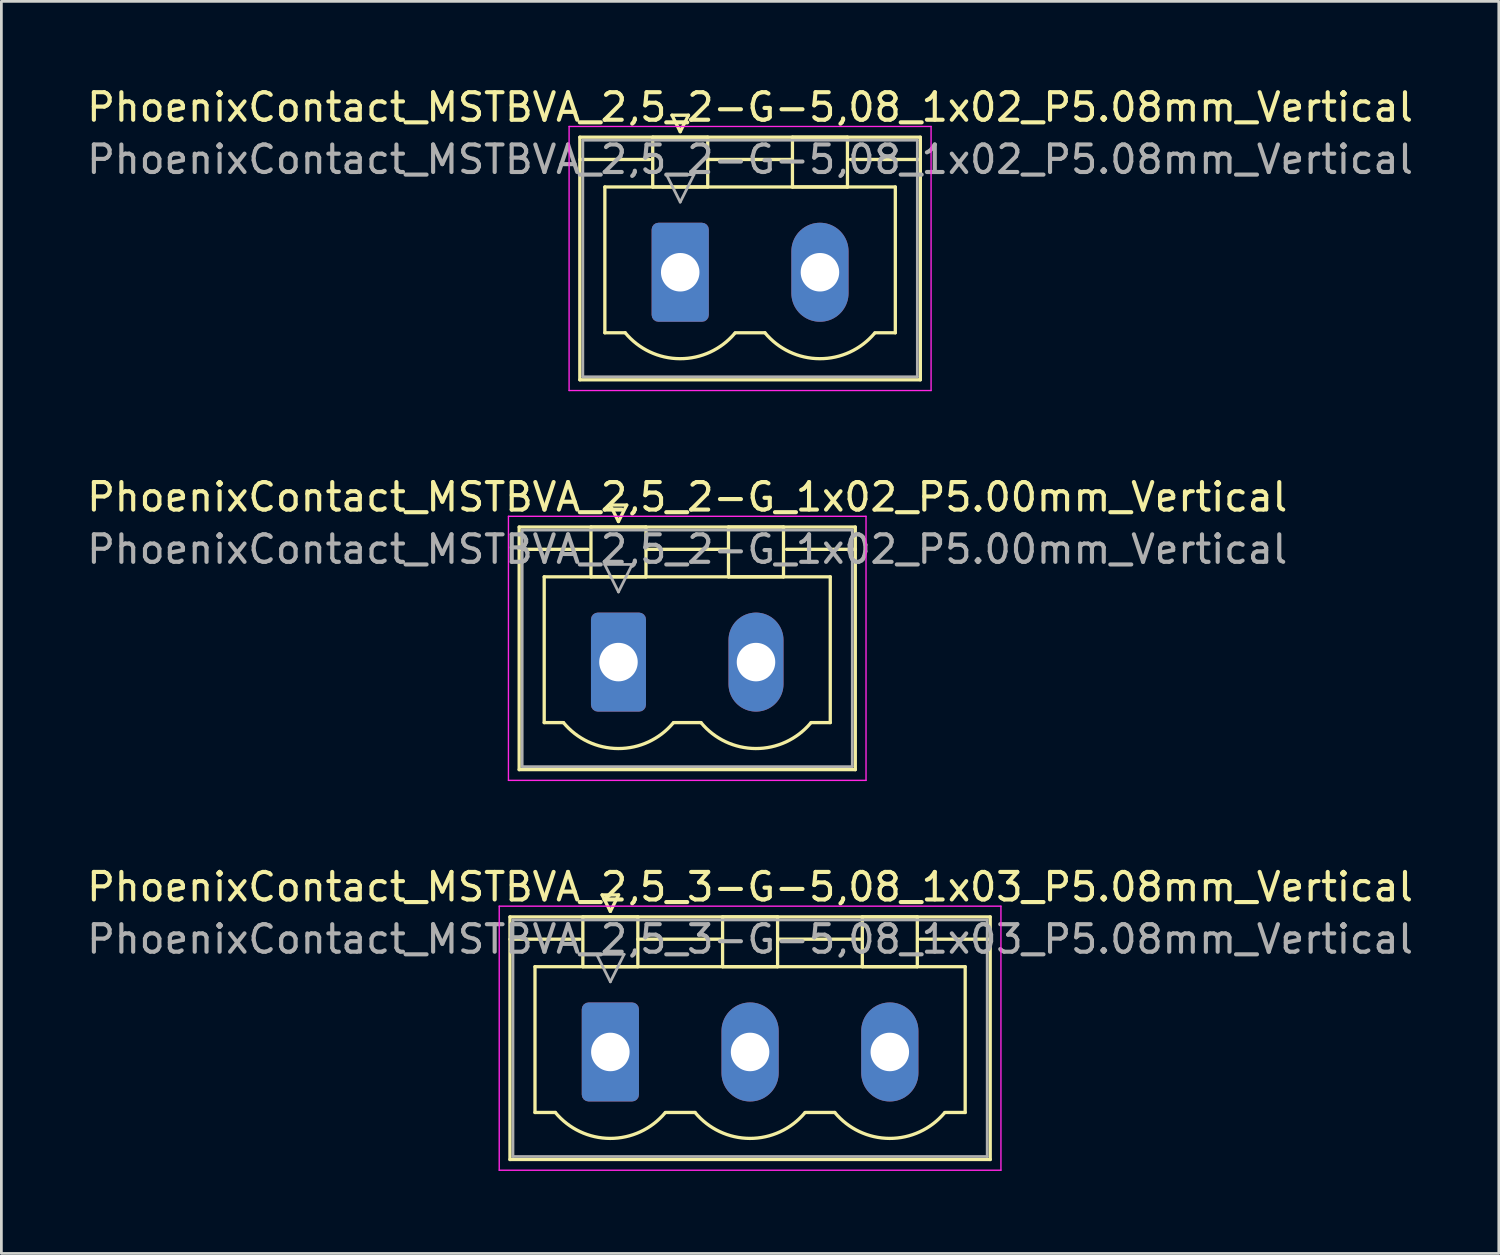
<source format=kicad_pcb>
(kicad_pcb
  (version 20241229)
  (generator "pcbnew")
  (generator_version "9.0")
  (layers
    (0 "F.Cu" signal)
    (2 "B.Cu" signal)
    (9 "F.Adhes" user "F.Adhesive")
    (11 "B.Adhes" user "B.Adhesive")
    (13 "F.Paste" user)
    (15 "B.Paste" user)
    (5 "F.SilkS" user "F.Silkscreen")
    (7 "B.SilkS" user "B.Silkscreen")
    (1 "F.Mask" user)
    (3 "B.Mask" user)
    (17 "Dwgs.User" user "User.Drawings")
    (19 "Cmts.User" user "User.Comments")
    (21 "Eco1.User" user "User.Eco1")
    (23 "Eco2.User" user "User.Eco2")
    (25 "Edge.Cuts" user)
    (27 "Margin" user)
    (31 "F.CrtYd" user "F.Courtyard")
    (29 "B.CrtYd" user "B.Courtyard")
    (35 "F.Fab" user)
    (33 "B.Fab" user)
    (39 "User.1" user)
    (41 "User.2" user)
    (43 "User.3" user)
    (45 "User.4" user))
  (footprint "PhoenixContact_MSTBVA_2,5_2-G_1x02_P5.00mm_Vertical"
    (layer "F.Cu")
    (at 19.435 21.021)
    (property "Reference" "PhoenixContact_MSTBVA_2,5_2-G_1x02_P5.00mm_Vertical" (at 2.5 -6 0) (layer "F.SilkS") (effects (font (size 1 1) (thickness 0.15))))
    (attr through_hole)
    (fp_line (start -3.61 -4.91) (end -3.61 3.91) (stroke (width 0.12) (type solid)) (layer "F.SilkS"))
    (fp_line (start -3.61 -4.1) (end -1.11 -4.1) (stroke (width 0.12) (type solid)) (layer "F.SilkS"))
    (fp_line (start -3.61 3.91) (end 8.61 3.91) (stroke (width 0.12) (type solid)) (layer "F.SilkS"))
    (fp_line (start -2.7 -3.1) (end 7.7 -3.1) (stroke (width 0.12) (type solid)) (layer "F.SilkS"))
    (fp_line (start -2.7 2.2) (end -2.7 -3.1) (stroke (width 0.12) (type solid)) (layer "F.SilkS"))
    (fp_line (start -2 2.2) (end -2.7 2.2) (stroke (width 0.12) (type solid)) (layer "F.SilkS"))
    (fp_line (start -1 -4.91) (end 1 -4.91) (stroke (width 0.12) (type solid)) (layer "F.SilkS"))
    (fp_line (start -1 -3.1) (end -1 -4.91) (stroke (width 0.12) (type solid)) (layer "F.SilkS"))
    (fp_line (start -0.3 -5.71) (end 0.3 -5.71) (stroke (width 0.12) (type solid)) (layer "F.SilkS"))
    (fp_line (start 0 -5.11) (end -0.3 -5.71) (stroke (width 0.12) (type solid)) (layer "F.SilkS"))
    (fp_line (start 0.3 -5.71) (end 0 -5.11) (stroke (width 0.12) (type solid)) (layer "F.SilkS"))
    (fp_line (start 1 -4.91) (end 1 -3.1) (stroke (width 0.12) (type solid)) (layer "F.SilkS"))
    (fp_line (start 1 -4.1) (end 4 -4.1) (stroke (width 0.12) (type solid)) (layer "F.SilkS"))
    (fp_line (start 1 -3.1) (end -1 -3.1) (stroke (width 0.12) (type solid)) (layer "F.SilkS"))
    (fp_line (start 2 2.2) (end 3 2.2) (stroke (width 0.12) (type solid)) (layer "F.SilkS"))
    (fp_line (start 4 -4.91) (end 6 -4.91) (stroke (width 0.12) (type solid)) (layer "F.SilkS"))
    (fp_line (start 4 -3.1) (end 4 -4.91) (stroke (width 0.12) (type solid)) (layer "F.SilkS"))
    (fp_line (start 6 -4.91) (end 6 -3.1) (stroke (width 0.12) (type solid)) (layer "F.SilkS"))
    (fp_line (start 6 -3.1) (end 4 -3.1) (stroke (width 0.12) (type solid)) (layer "F.SilkS"))
    (fp_line (start 7.7 -3.1) (end 7.7 2.2) (stroke (width 0.12) (type solid)) (layer "F.SilkS"))
    (fp_line (start 7.7 2.2) (end 7 2.2) (stroke (width 0.12) (type solid)) (layer "F.SilkS"))
    (fp_line (start 8.61 -4.91) (end -3.61 -4.91) (stroke (width 0.12) (type solid)) (layer "F.SilkS"))
    (fp_line (start 8.61 -4.1) (end 6.11 -4.1) (stroke (width 0.12) (type solid)) (layer "F.SilkS"))
    (fp_line (start 8.61 3.91) (end 8.61 -4.91) (stroke (width 0.12) (type solid)) (layer "F.SilkS"))
    (fp_arc (start 1.986842 2.215821) (mid -0.010289 3.142758) (end -2 2.2) (stroke (width 0.12) (type solid)) (layer "F.SilkS"))
    (fp_arc (start 6.986842 2.215821) (mid 4.989711 3.142758) (end 3 2.2) (stroke (width 0.12) (type solid)) (layer "F.SilkS"))
    (fp_line (start -4 -5.3) (end -4 4.3) (stroke (width 0.05) (type solid)) (layer "F.CrtYd"))
    (fp_line (start -4 4.3) (end 9 4.3) (stroke (width 0.05) (type solid)) (layer "F.CrtYd"))
    (fp_line (start 9 -5.3) (end -4 -5.3) (stroke (width 0.05) (type solid)) (layer "F.CrtYd"))
    (fp_line (start 9 4.3) (end 9 -5.3) (stroke (width 0.05) (type solid)) (layer "F.CrtYd"))
    (fp_line (start -3.5 -4.8) (end -3.5 3.8) (stroke (width 0.1) (type solid)) (layer "F.Fab"))
    (fp_line (start -3.5 3.8) (end 8.5 3.8) (stroke (width 0.1) (type solid)) (layer "F.Fab"))
    (fp_line (start -0.5 -3.55) (end 0.5 -3.55) (stroke (width 0.1) (type solid)) (layer "F.Fab"))
    (fp_line (start 0 -2.55) (end -0.5 -3.55) (stroke (width 0.1) (type solid)) (layer "F.Fab"))
    (fp_line (start 0.5 -3.55) (end 0 -2.55) (stroke (width 0.1) (type solid)) (layer "F.Fab"))
    (fp_line (start 8.5 -4.8) (end -3.5 -4.8) (stroke (width 0.1) (type solid)) (layer "F.Fab"))
    (fp_line (start 8.5 3.8) (end 8.5 -4.8) (stroke (width 0.1) (type solid)) (layer "F.Fab"))
    (fp_text user "${REFERENCE}" (at 2.5 -4.1 0) (layer "F.Fab") (effects (font (size 1 1) (thickness 0.15))))
    (pad "1" thru_hole roundrect (at 0 0) (size 2 3.6) (drill 1.4) (layers "*.Cu" "*.Mask") (roundrect_rratio 0.125))
    (pad "2" thru_hole oval (at 5 0) (size 2 3.6) (drill 1.4) (layers "*.Cu" "*.Mask")))
  (footprint "PhoenixContact_MSTBVA_2,5_3-G-5,08_1x03_P5.08mm_Vertical"
    (layer "F.Cu")
    (at 19.14 35.195)
    (property "Reference" "PhoenixContact_MSTBVA_2,5_3-G-5,08_1x03_P5.08mm_Vertical" (at 5.08 -6 0) (layer "F.SilkS") (effects (font (size 1 1) (thickness 0.15))))
    (attr through_hole)
    (fp_line (start -3.65 -4.91) (end -3.65 3.91) (stroke (width 0.12) (type solid)) (layer "F.SilkS"))
    (fp_line (start -3.65 -4.1) (end -1.11 -4.1) (stroke (width 0.12) (type solid)) (layer "F.SilkS"))
    (fp_line (start -3.65 3.91) (end 13.81 3.91) (stroke (width 0.12) (type solid)) (layer "F.SilkS"))
    (fp_line (start -2.74 -3.1) (end 12.9 -3.1) (stroke (width 0.12) (type solid)) (layer "F.SilkS"))
    (fp_line (start -2.74 2.2) (end -2.74 -3.1) (stroke (width 0.12) (type solid)) (layer "F.SilkS"))
    (fp_line (start -2 2.2) (end -2.74 2.2) (stroke (width 0.12) (type solid)) (layer "F.SilkS"))
    (fp_line (start -1 -4.91) (end 1 -4.91) (stroke (width 0.12) (type solid)) (layer "F.SilkS"))
    (fp_line (start -1 -3.1) (end -1 -4.91) (stroke (width 0.12) (type solid)) (layer "F.SilkS"))
    (fp_line (start -0.3 -5.71) (end 0.3 -5.71) (stroke (width 0.12) (type solid)) (layer "F.SilkS"))
    (fp_line (start 0 -5.11) (end -0.3 -5.71) (stroke (width 0.12) (type solid)) (layer "F.SilkS"))
    (fp_line (start 0.3 -5.71) (end 0 -5.11) (stroke (width 0.12) (type solid)) (layer "F.SilkS"))
    (fp_line (start 1 -4.91) (end 1 -3.1) (stroke (width 0.12) (type solid)) (layer "F.SilkS"))
    (fp_line (start 1 -4.1) (end 4.08 -4.1) (stroke (width 0.12) (type solid)) (layer "F.SilkS"))
    (fp_line (start 1 -3.1) (end -1 -3.1) (stroke (width 0.12) (type solid)) (layer "F.SilkS"))
    (fp_line (start 2 2.2) (end 3.08 2.2) (stroke (width 0.12) (type solid)) (layer "F.SilkS"))
    (fp_line (start 4.08 -4.91) (end 6.08 -4.91) (stroke (width 0.12) (type solid)) (layer "F.SilkS"))
    (fp_line (start 4.08 -3.1) (end 4.08 -4.91) (stroke (width 0.12) (type solid)) (layer "F.SilkS"))
    (fp_line (start 6.08 -4.91) (end 6.08 -3.1) (stroke (width 0.12) (type solid)) (layer "F.SilkS"))
    (fp_line (start 6.08 -4.1) (end 9.16 -4.1) (stroke (width 0.12) (type solid)) (layer "F.SilkS"))
    (fp_line (start 6.08 -3.1) (end 4.08 -3.1) (stroke (width 0.12) (type solid)) (layer "F.SilkS"))
    (fp_line (start 7.08 2.2) (end 8.16 2.2) (stroke (width 0.12) (type solid)) (layer "F.SilkS"))
    (fp_line (start 9.16 -4.91) (end 11.16 -4.91) (stroke (width 0.12) (type solid)) (layer "F.SilkS"))
    (fp_line (start 9.16 -3.1) (end 9.16 -4.91) (stroke (width 0.12) (type solid)) (layer "F.SilkS"))
    (fp_line (start 11.16 -4.91) (end 11.16 -3.1) (stroke (width 0.12) (type solid)) (layer "F.SilkS"))
    (fp_line (start 11.16 -3.1) (end 9.16 -3.1) (stroke (width 0.12) (type solid)) (layer "F.SilkS"))
    (fp_line (start 12.9 -3.1) (end 12.9 2.2) (stroke (width 0.12) (type solid)) (layer "F.SilkS"))
    (fp_line (start 12.9 2.2) (end 12.16 2.2) (stroke (width 0.12) (type solid)) (layer "F.SilkS"))
    (fp_line (start 13.81 -4.91) (end -3.65 -4.91) (stroke (width 0.12) (type solid)) (layer "F.SilkS"))
    (fp_line (start 13.81 -4.1) (end 11.27 -4.1) (stroke (width 0.12) (type solid)) (layer "F.SilkS"))
    (fp_line (start 13.81 3.91) (end 13.81 -4.91) (stroke (width 0.12) (type solid)) (layer "F.SilkS"))
    (fp_arc (start 1.986842 2.215821) (mid -0.010289 3.142758) (end -2 2.2) (stroke (width 0.12) (type solid)) (layer "F.SilkS"))
    (fp_arc (start 7.066842 2.215821) (mid 5.069711 3.142758) (end 3.08 2.2) (stroke (width 0.12) (type solid)) (layer "F.SilkS"))
    (fp_arc (start 12.146842 2.215821) (mid 10.149711 3.142758) (end 8.16 2.2) (stroke (width 0.12) (type solid)) (layer "F.SilkS"))
    (fp_line (start -4.04 -5.3) (end -4.04 4.3) (stroke (width 0.05) (type solid)) (layer "F.CrtYd"))
    (fp_line (start -4.04 4.3) (end 14.2 4.3) (stroke (width 0.05) (type solid)) (layer "F.CrtYd"))
    (fp_line (start 14.2 -5.3) (end -4.04 -5.3) (stroke (width 0.05) (type solid)) (layer "F.CrtYd"))
    (fp_line (start 14.2 4.3) (end 14.2 -5.3) (stroke (width 0.05) (type solid)) (layer "F.CrtYd"))
    (fp_line (start -3.54 -4.8) (end -3.54 3.8) (stroke (width 0.1) (type solid)) (layer "F.Fab"))
    (fp_line (start -3.54 3.8) (end 13.7 3.8) (stroke (width 0.1) (type solid)) (layer "F.Fab"))
    (fp_line (start -0.5 -3.55) (end 0.5 -3.55) (stroke (width 0.1) (type solid)) (layer "F.Fab"))
    (fp_line (start 0 -2.55) (end -0.5 -3.55) (stroke (width 0.1) (type solid)) (layer "F.Fab"))
    (fp_line (start 0.5 -3.55) (end 0 -2.55) (stroke (width 0.1) (type solid)) (layer "F.Fab"))
    (fp_line (start 13.7 -4.8) (end -3.54 -4.8) (stroke (width 0.1) (type solid)) (layer "F.Fab"))
    (fp_line (start 13.7 3.8) (end 13.7 -4.8) (stroke (width 0.1) (type solid)) (layer "F.Fab"))
    (fp_text user "${REFERENCE}" (at 5.08 -4.1 0) (layer "F.Fab") (effects (font (size 1 1) (thickness 0.15))))
    (pad "1" thru_hole roundrect (at 0 0) (size 2.08 3.6) (drill 1.4) (layers "*.Cu" "*.Mask") (roundrect_rratio 0.12))
    (pad "2" thru_hole oval (at 5.08 0) (size 2.08 3.6) (drill 1.4) (layers "*.Cu" "*.Mask"))
    (pad "3" thru_hole oval (at 10.16 0) (size 2.08 3.6) (drill 1.4) (layers "*.Cu" "*.Mask")))
  (footprint "PhoenixContact_MSTBVA_2,5_2-G-5,08_1x02_P5.08mm_Vertical"
    (layer "F.Cu")
    (at 21.68 6.848)
    (property "Reference" "PhoenixContact_MSTBVA_2,5_2-G-5,08_1x02_P5.08mm_Vertical" (at 2.54 -6 0) (layer "F.SilkS") (effects (font (size 1 1) (thickness 0.15))))
    (attr through_hole)
    (fp_line (start -3.65 -4.91) (end -3.65 3.91) (stroke (width 0.12) (type solid)) (layer "F.SilkS"))
    (fp_line (start -3.65 -4.1) (end -1.11 -4.1) (stroke (width 0.12) (type solid)) (layer "F.SilkS"))
    (fp_line (start -3.65 3.91) (end 8.73 3.91) (stroke (width 0.12) (type solid)) (layer "F.SilkS"))
    (fp_line (start -2.74 -3.1) (end 7.82 -3.1) (stroke (width 0.12) (type solid)) (layer "F.SilkS"))
    (fp_line (start -2.74 2.2) (end -2.74 -3.1) (stroke (width 0.12) (type solid)) (layer "F.SilkS"))
    (fp_line (start -2 2.2) (end -2.74 2.2) (stroke (width 0.12) (type solid)) (layer "F.SilkS"))
    (fp_line (start -1 -4.91) (end 1 -4.91) (stroke (width 0.12) (type solid)) (layer "F.SilkS"))
    (fp_line (start -1 -3.1) (end -1 -4.91) (stroke (width 0.12) (type solid)) (layer "F.SilkS"))
    (fp_line (start -0.3 -5.71) (end 0.3 -5.71) (stroke (width 0.12) (type solid)) (layer "F.SilkS"))
    (fp_line (start 0 -5.11) (end -0.3 -5.71) (stroke (width 0.12) (type solid)) (layer "F.SilkS"))
    (fp_line (start 0.3 -5.71) (end 0 -5.11) (stroke (width 0.12) (type solid)) (layer "F.SilkS"))
    (fp_line (start 1 -4.91) (end 1 -3.1) (stroke (width 0.12) (type solid)) (layer "F.SilkS"))
    (fp_line (start 1 -4.1) (end 4.08 -4.1) (stroke (width 0.12) (type solid)) (layer "F.SilkS"))
    (fp_line (start 1 -3.1) (end -1 -3.1) (stroke (width 0.12) (type solid)) (layer "F.SilkS"))
    (fp_line (start 2 2.2) (end 3.08 2.2) (stroke (width 0.12) (type solid)) (layer "F.SilkS"))
    (fp_line (start 4.08 -4.91) (end 6.08 -4.91) (stroke (width 0.12) (type solid)) (layer "F.SilkS"))
    (fp_line (start 4.08 -3.1) (end 4.08 -4.91) (stroke (width 0.12) (type solid)) (layer "F.SilkS"))
    (fp_line (start 6.08 -4.91) (end 6.08 -3.1) (stroke (width 0.12) (type solid)) (layer "F.SilkS"))
    (fp_line (start 6.08 -3.1) (end 4.08 -3.1) (stroke (width 0.12) (type solid)) (layer "F.SilkS"))
    (fp_line (start 7.82 -3.1) (end 7.82 2.2) (stroke (width 0.12) (type solid)) (layer "F.SilkS"))
    (fp_line (start 7.82 2.2) (end 7.08 2.2) (stroke (width 0.12) (type solid)) (layer "F.SilkS"))
    (fp_line (start 8.73 -4.91) (end -3.65 -4.91) (stroke (width 0.12) (type solid)) (layer "F.SilkS"))
    (fp_line (start 8.73 -4.1) (end 6.19 -4.1) (stroke (width 0.12) (type solid)) (layer "F.SilkS"))
    (fp_line (start 8.73 3.91) (end 8.73 -4.91) (stroke (width 0.12) (type solid)) (layer "F.SilkS"))
    (fp_arc (start 1.986842 2.215821) (mid -0.010289 3.142758) (end -2 2.2) (stroke (width 0.12) (type solid)) (layer "F.SilkS"))
    (fp_arc (start 7.066842 2.215821) (mid 5.069711 3.142758) (end 3.08 2.2) (stroke (width 0.12) (type solid)) (layer "F.SilkS"))
    (fp_line (start -4.04 -5.3) (end -4.04 4.3) (stroke (width 0.05) (type solid)) (layer "F.CrtYd"))
    (fp_line (start -4.04 4.3) (end 9.12 4.3) (stroke (width 0.05) (type solid)) (layer "F.CrtYd"))
    (fp_line (start 9.12 -5.3) (end -4.04 -5.3) (stroke (width 0.05) (type solid)) (layer "F.CrtYd"))
    (fp_line (start 9.12 4.3) (end 9.12 -5.3) (stroke (width 0.05) (type solid)) (layer "F.CrtYd"))
    (fp_line (start -3.54 -4.8) (end -3.54 3.8) (stroke (width 0.1) (type solid)) (layer "F.Fab"))
    (fp_line (start -3.54 3.8) (end 8.62 3.8) (stroke (width 0.1) (type solid)) (layer "F.Fab"))
    (fp_line (start -0.5 -3.55) (end 0.5 -3.55) (stroke (width 0.1) (type solid)) (layer "F.Fab"))
    (fp_line (start 0 -2.55) (end -0.5 -3.55) (stroke (width 0.1) (type solid)) (layer "F.Fab"))
    (fp_line (start 0.5 -3.55) (end 0 -2.55) (stroke (width 0.1) (type solid)) (layer "F.Fab"))
    (fp_line (start 8.62 -4.8) (end -3.54 -4.8) (stroke (width 0.1) (type solid)) (layer "F.Fab"))
    (fp_line (start 8.62 3.8) (end 8.62 -4.8) (stroke (width 0.1) (type solid)) (layer "F.Fab"))
    (fp_text user "${REFERENCE}" (at 2.54 -4.1 0) (layer "F.Fab") (effects (font (size 1 1) (thickness 0.15))))
    (pad "1" thru_hole roundrect (at 0 0) (size 2.08 3.6) (drill 1.4) (layers "*.Cu" "*.Mask") (roundrect_rratio 0.12))
    (pad "2" thru_hole oval (at 5.08 0) (size 2.08 3.6) (drill 1.4) (layers "*.Cu" "*.Mask")))
  (gr_rect
    (start -3 -3)
    (end 51.44 42.52)
    (stroke (width 0.1) (type default))
    (fill no)
    (layer "Edge.Cuts")))
</source>
